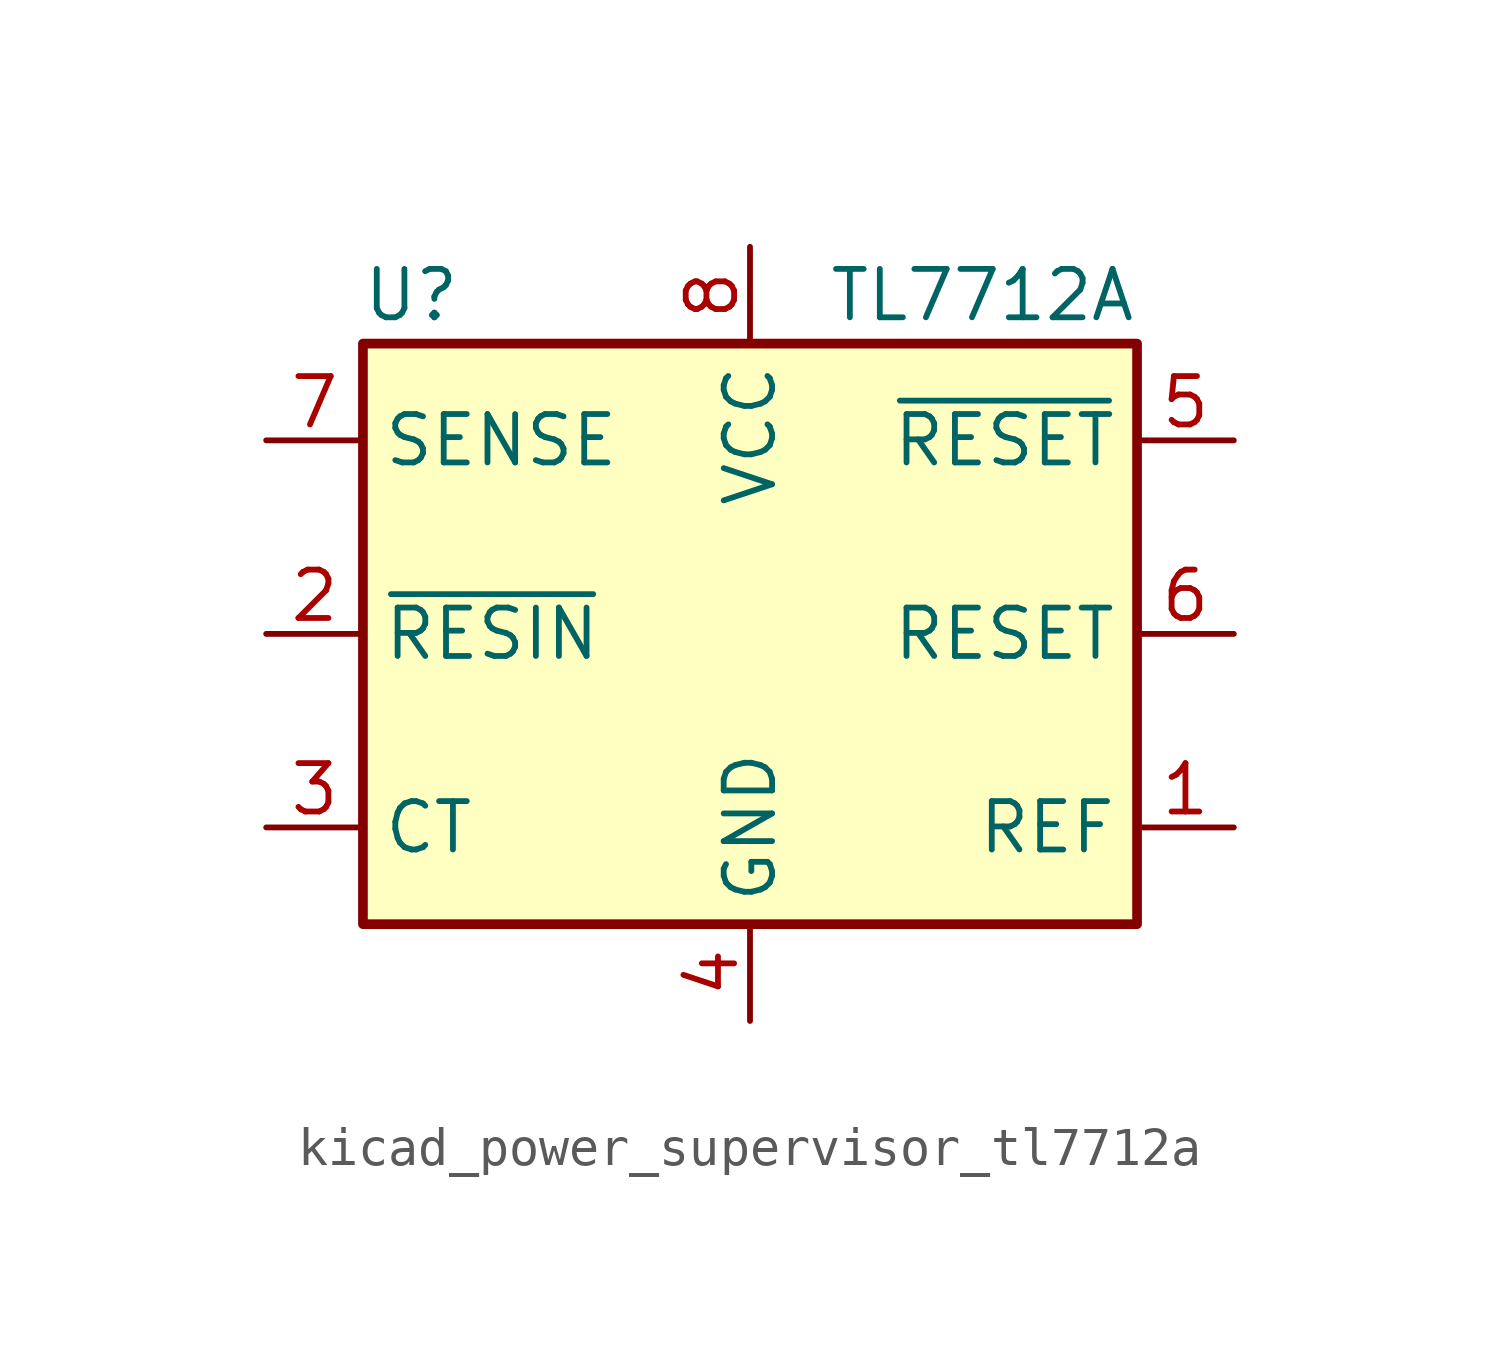
<source format=kicad_sym>
(kicad_symbol_lib
  (version 20220914)
  (generator kicad_symbol_editor)
  (symbol "kicad_power_supervisor_tl7712a"
    (property "Reference" "U"
      (at -8.89 8.89 0)
      (effects (font (size 1.27 1.27))))
    (property "Value" "TL7712A"
      (at 10.16 8.89 0)
      (effects (font (size 1.27 1.27)) (justify right)))
    (symbol "kicad_power_supervisor_tl7712a_0_1"
      (rectangle (start -10.16 7.62) (end 10.16 -7.62) (stroke (width 0.254) (type default)) (fill (type background))))
    (symbol "kicad_power_supervisor_tl7712a_1_1"
      (pin output line (at 12.7 -5.08 180) (length 2.54) (name "REF" (effects (font (size 1.27 1.27)))) (number "1" (effects (font (size 1.27 1.27)))))
      (pin input line (at -12.7 0 0) (length 2.54) (name "~{RESIN}" (effects (font (size 1.27 1.27)))) (number "2" (effects (font (size 1.27 1.27)))))
      (pin passive line (at -12.7 -5.08 0) (length 2.54) (name "CT" (effects (font (size 1.27 1.27)))) (number "3" (effects (font (size 1.27 1.27)))))
      (pin power_in line (at 0 -10.16 90) (length 2.54) (name "GND" (effects (font (size 1.27 1.27)))) (number "4" (effects (font (size 1.27 1.27)))))
      (pin open_collector line (at 12.7 5.08 180) (length 2.54) (name "~{RESET}" (effects (font (size 1.27 1.27)))) (number "5" (effects (font (size 1.27 1.27)))))
      (pin open_collector line (at 12.7 0 180) (length 2.54) (name "RESET" (effects (font (size 1.27 1.27)))) (number "6" (effects (font (size 1.27 1.27)))))
      (pin input line (at -12.7 5.08 0) (length 2.54) (name "SENSE" (effects (font (size 1.27 1.27)))) (number "7" (effects (font (size 1.27 1.27)))))
      (pin power_in line (at 0 10.16 270) (length 2.54) (name "VCC" (effects (font (size 1.27 1.27)))) (number "8" (effects (font (size 1.27 1.27))))))))
</source>
